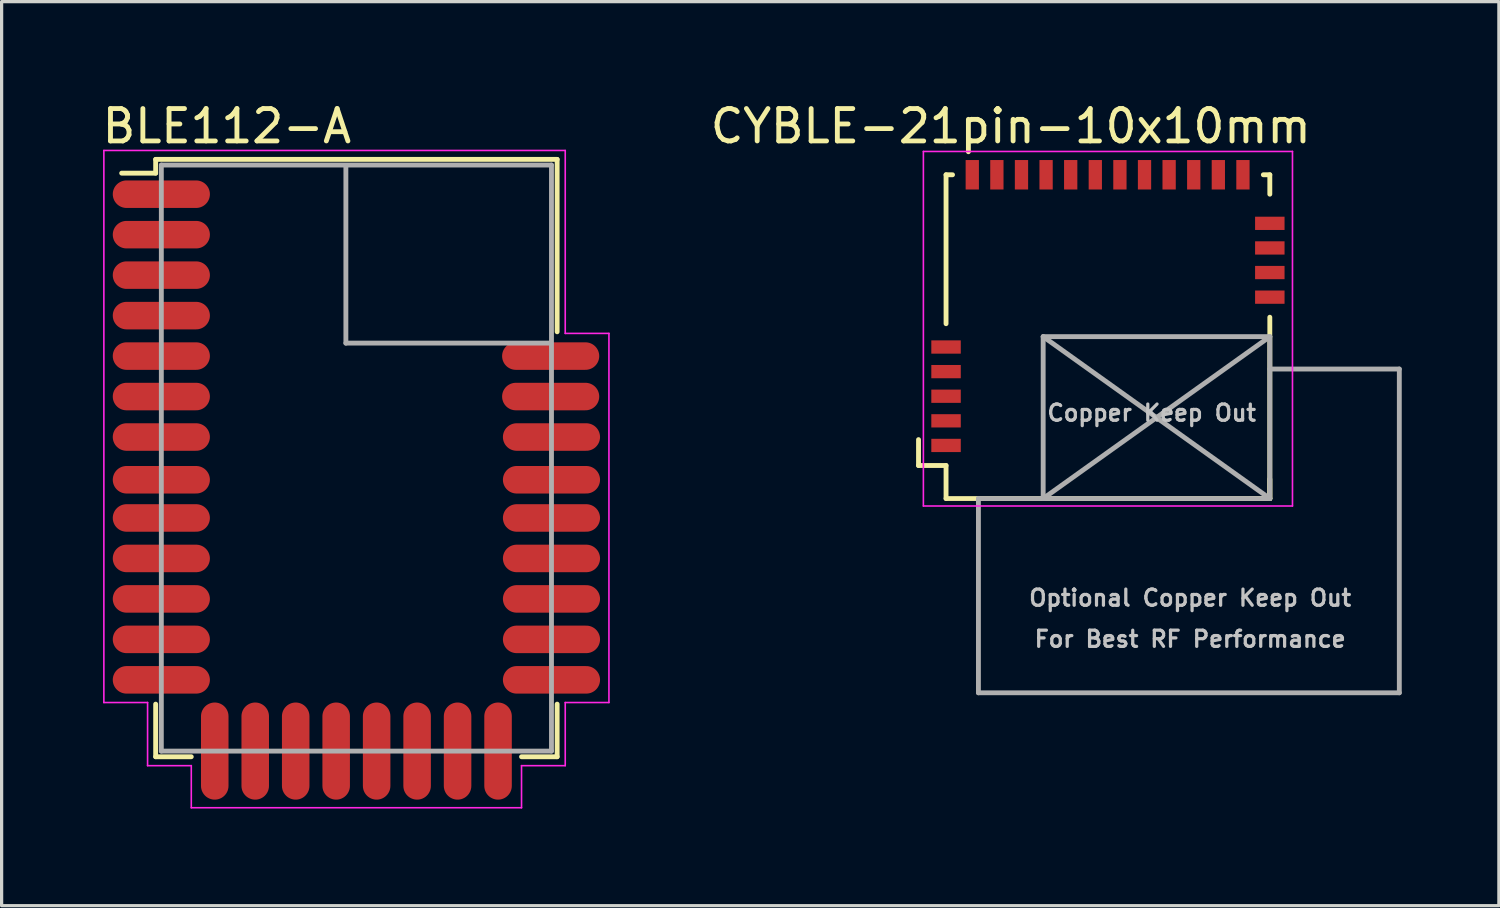
<source format=kicad_pcb>
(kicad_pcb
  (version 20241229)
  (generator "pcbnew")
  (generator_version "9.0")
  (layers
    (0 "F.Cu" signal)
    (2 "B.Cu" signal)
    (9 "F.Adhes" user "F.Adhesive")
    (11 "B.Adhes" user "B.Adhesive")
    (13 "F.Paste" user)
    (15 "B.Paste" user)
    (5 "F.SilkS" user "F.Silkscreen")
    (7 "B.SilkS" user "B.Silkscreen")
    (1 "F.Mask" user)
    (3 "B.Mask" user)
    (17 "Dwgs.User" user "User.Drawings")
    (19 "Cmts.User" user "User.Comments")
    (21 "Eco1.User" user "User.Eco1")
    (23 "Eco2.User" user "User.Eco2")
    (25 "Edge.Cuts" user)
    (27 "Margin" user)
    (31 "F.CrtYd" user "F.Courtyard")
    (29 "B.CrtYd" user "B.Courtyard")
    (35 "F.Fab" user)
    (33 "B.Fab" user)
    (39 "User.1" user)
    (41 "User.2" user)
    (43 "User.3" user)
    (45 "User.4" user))
  (footprint "BLE112-A"
    (layer "F.Cu")
    (at 7.958 11.548)
    (property "Reference" "BLE112-A" (at -4 -10.7 0) (layer "F.SilkS") (effects (font (size 1 1) (thickness 0.15))))
    (attr smd)
    (fp_line (start -6.2 -9.675) (end -6.2 -9.25) (stroke (width 0.15) (type solid)) (layer "F.SilkS"))
    (fp_line (start -6.2 -9.25) (end -7.25 -9.25) (stroke (width 0.15) (type solid)) (layer "F.SilkS"))
    (fp_line (start -6.2 8.775) (end -6.2 7.15) (stroke (width 0.15) (type solid)) (layer "F.SilkS"))
    (fp_line (start -5.1 8.775) (end -6.2 8.775) (stroke (width 0.15) (type solid)) (layer "F.SilkS"))
    (fp_line (start 5.1 8.775) (end 6.2 8.775) (stroke (width 0.15) (type solid)) (layer "F.SilkS"))
    (fp_line (start 6.2 -9.675) (end -6.2 -9.675) (stroke (width 0.15) (type solid)) (layer "F.SilkS"))
    (fp_line (start 6.2 -4.35) (end 6.2 -9.675) (stroke (width 0.15) (type solid)) (layer "F.SilkS"))
    (fp_line (start 6.2 8.775) (end 6.2 7.15) (stroke (width 0.15) (type solid)) (layer "F.SilkS"))
    (fp_line (start -7.8 -9.95) (end -7.8 7.1) (stroke (width 0.05) (type solid)) (layer "F.CrtYd"))
    (fp_line (start -7.8 7.1) (end -6.45 7.1) (stroke (width 0.05) (type solid)) (layer "F.CrtYd"))
    (fp_line (start -6.45 7.1) (end -6.45 9.05) (stroke (width 0.05) (type solid)) (layer "F.CrtYd"))
    (fp_line (start -6.45 9.05) (end -5.1 9.05) (stroke (width 0.05) (type solid)) (layer "F.CrtYd"))
    (fp_line (start -5.1 9.05) (end -5.1 10.35) (stroke (width 0.05) (type solid)) (layer "F.CrtYd"))
    (fp_line (start -5.1 10.35) (end 5.1 10.35) (stroke (width 0.05) (type solid)) (layer "F.CrtYd"))
    (fp_line (start 5.1 9.05) (end 6.45 9.05) (stroke (width 0.05) (type solid)) (layer "F.CrtYd"))
    (fp_line (start 5.1 10.35) (end 5.1 9.05) (stroke (width 0.05) (type solid)) (layer "F.CrtYd"))
    (fp_line (start 6.45 -9.95) (end -7.8 -9.95) (stroke (width 0.05) (type solid)) (layer "F.CrtYd"))
    (fp_line (start 6.45 -4.3) (end 6.45 -9.95) (stroke (width 0.05) (type solid)) (layer "F.CrtYd"))
    (fp_line (start 6.45 7.1) (end 7.8 7.1) (stroke (width 0.05) (type solid)) (layer "F.CrtYd"))
    (fp_line (start 6.45 9.05) (end 6.45 7.1) (stroke (width 0.05) (type solid)) (layer "F.CrtYd"))
    (fp_line (start 7.8 -4.3) (end 6.45 -4.3) (stroke (width 0.05) (type solid)) (layer "F.CrtYd"))
    (fp_line (start 7.8 7.1) (end 7.8 -4.3) (stroke (width 0.05) (type solid)) (layer "F.CrtYd"))
    (fp_line (start -6.025 -9.5) (end -6.025 8.6) (stroke (width 0.15) (type solid)) (layer "F.Fab"))
    (fp_line (start -6.025 8.6) (end 6.025 8.6) (stroke (width 0.15) (type solid)) (layer "F.Fab"))
    (fp_line (start -0.325 -4) (end -0.325 -9.45) (stroke (width 0.15) (type solid)) (layer "F.Fab"))
    (fp_line (start 6 -4) (end -0.325 -4) (stroke (width 0.15) (type solid)) (layer "F.Fab"))
    (fp_line (start 6.025 -9.5) (end -6.025 -9.5) (stroke (width 0.15) (type solid)) (layer "F.Fab"))
    (fp_line (start 6.025 8.6) (end 6.025 -9.5) (stroke (width 0.15) (type solid)) (layer "F.Fab"))
    (pad "1" smd oval (at -6.025 -8.6) (size 3 0.85) (layers "F.Cu" "F.Mask" "F.Paste"))
    (pad "2" smd oval (at -6.025 -7.35) (size 3 0.85) (layers "F.Cu" "F.Mask" "F.Paste"))
    (pad "3" smd oval (at -6.025 -6.1) (size 3 0.85) (layers "F.Cu" "F.Mask" "F.Paste"))
    (pad "4" smd oval (at -6.025 -4.85) (size 3 0.85) (layers "F.Cu" "F.Mask" "F.Paste"))
    (pad "5" smd oval (at -6.025 -3.6) (size 3 0.85) (layers "F.Cu" "F.Mask" "F.Paste"))
    (pad "6" smd oval (at -6.025 -2.35) (size 3 0.85) (layers "F.Cu" "F.Mask" "F.Paste"))
    (pad "7" smd oval (at -6.025 -1.1) (size 3 0.85) (layers "F.Cu" "F.Mask" "F.Paste"))
    (pad "8" smd oval (at -6.025 0.22) (size 3 0.85) (layers "F.Cu" "F.Mask" "F.Paste"))
    (pad "9" smd oval (at -6.025 1.4) (size 3 0.85) (layers "F.Cu" "F.Mask" "F.Paste"))
    (pad "10" smd oval (at -6.025 2.65) (size 3 0.85) (layers "F.Cu" "F.Mask" "F.Paste"))
    (pad "11" smd oval (at -6.025 3.9) (size 3 0.85) (layers "F.Cu" "F.Mask" "F.Paste"))
    (pad "12" smd oval (at -6.025 5.15) (size 3 0.85) (layers "F.Cu" "F.Mask" "F.Paste"))
    (pad "13" smd oval (at -6.025 6.4) (size 3 0.85) (layers "F.Cu" "F.Mask" "F.Paste"))
    (pad "14" smd oval (at -4.375 8.6 90) (size 3 0.85) (layers "F.Cu" "F.Mask" "F.Paste"))
    (pad "15" smd oval (at -3.125 8.6 90) (size 3 0.85) (layers "F.Cu" "F.Mask" "F.Paste"))
    (pad "16" smd oval (at -1.875 8.6 90) (size 3 0.85) (layers "F.Cu" "F.Mask" "F.Paste"))
    (pad "17" smd oval (at -0.625 8.6 90) (size 3 0.85) (layers "F.Cu" "F.Mask" "F.Paste"))
    (pad "18" smd oval (at 0.625 8.6 90) (size 3 0.85) (layers "F.Cu" "F.Mask" "F.Paste"))
    (pad "19" smd oval (at 1.875 8.6 90) (size 3 0.85) (layers "F.Cu" "F.Mask" "F.Paste"))
    (pad "19" smd oval (at 6.025 6.4) (size 3 0.85) (layers "F.Cu" "F.Mask" "F.Paste"))
    (pad "20" smd oval (at 3.125 8.6 90) (size 3 0.85) (layers "F.Cu" "F.Mask" "F.Paste"))
    (pad "20" smd oval (at 6.025 5.15) (size 3 0.85) (layers "F.Cu" "F.Mask" "F.Paste"))
    (pad "21" smd oval (at 4.375 8.6 90) (size 3 0.85) (layers "F.Cu" "F.Mask" "F.Paste"))
    (pad "21" smd oval (at 6.025 3.9) (size 3 0.85) (layers "F.Cu" "F.Mask" "F.Paste"))
    (pad "22" smd oval (at 6.025 2.65) (size 3 0.85) (layers "F.Cu" "F.Mask" "F.Paste"))
    (pad "23" smd oval (at 6.025 1.4) (size 3 0.85) (layers "F.Cu" "F.Mask" "F.Paste"))
    (pad "24" smd oval (at 6.025 0.22) (size 3 0.85) (layers "F.Cu" "F.Mask" "F.Paste"))
    (pad "25" smd oval (at 6.025 -1.1) (size 3 0.85) (layers "F.Cu" "F.Mask" "F.Paste"))
    (pad "26" smd oval (at 6 -2.35) (size 3 0.85) (layers "F.Cu" "F.Mask" "F.Paste"))
    (pad "27" smd oval (at 6 -3.6) (size 3 0.85) (layers "F.Cu" "F.Mask" "F.Paste")))
  (footprint "CYBLE-21pin-10x10mm"
    (layer "F.Cu")
    (at 31.17 6.528)
    (property "Reference" "CYBLE-21pin-10x10mm" (at -3 -5.68 0) (layer "F.SilkS") (effects (font (size 1 1) (thickness 0.15))))
    (attr smd)
    (fp_line (start -5.85 4.8) (end -5.85 4) (stroke (width 0.15) (type solid)) (layer "F.SilkS"))
    (fp_line (start -5 -4.18) (end -5 0.42) (stroke (width 0.15) (type solid)) (layer "F.SilkS"))
    (fp_line (start -5 4.8) (end -5.85 4.8) (stroke (width 0.15) (type solid)) (layer "F.SilkS"))
    (fp_line (start -5 4.8) (end -5 5.82) (stroke (width 0.15) (type solid)) (layer "F.SilkS"))
    (fp_line (start -5 5.82) (end 5 5.82) (stroke (width 0.15) (type solid)) (layer "F.SilkS"))
    (fp_line (start -4.8 -4.18) (end -5 -4.18) (stroke (width 0.15) (type solid)) (layer "F.SilkS"))
    (fp_line (start 5 -4.18) (end 4.8 -4.18) (stroke (width 0.15) (type solid)) (layer "F.SilkS"))
    (fp_line (start 5 -4.18) (end 5 -3.58) (stroke (width 0.15) (type solid)) (layer "F.SilkS"))
    (fp_line (start 5 5.22) (end 5 5.82) (stroke (width 0.15) (type solid)) (layer "F.SilkS"))
    (fp_line (start 5 5.82) (end 4.4 5.82) (stroke (width 0.15) (type solid)) (layer "F.SilkS"))
    (fp_line (start 5 5.82) (end 5 0.22) (stroke (width 0.15) (type solid)) (layer "F.SilkS"))
    (fp_line (start -5.7 -4.9) (end -5.7 6.05) (stroke (width 0.05) (type solid)) (layer "F.CrtYd"))
    (fp_line (start -5.7 6.05) (end 5.7 6.05) (stroke (width 0.05) (type solid)) (layer "F.CrtYd"))
    (fp_line (start 5.7 -4.9) (end -5.7 -4.9) (stroke (width 0.05) (type solid)) (layer "F.CrtYd"))
    (fp_line (start 5.7 6.05) (end 5.7 -4.9) (stroke (width 0.05) (type solid)) (layer "F.CrtYd"))
    (fp_line (start -4 5.82) (end -2 5.82) (stroke (width 0.15) (type solid)) (layer "F.Fab"))
    (fp_line (start -4 11.82) (end -4 5.82) (stroke (width 0.15) (type solid)) (layer "F.Fab"))
    (fp_line (start -2 0.82) (end -2 5.82) (stroke (width 0.15) (type solid)) (layer "F.Fab"))
    (fp_line (start -2 0.82) (end 5 5.82) (stroke (width 0.15) (type solid)) (layer "F.Fab"))
    (fp_line (start -2 5.82) (end 5 5.82) (stroke (width 0.15) (type solid)) (layer "F.Fab"))
    (fp_line (start 5 0.82) (end -2 0.82) (stroke (width 0.15) (type solid)) (layer "F.Fab"))
    (fp_line (start 5 0.82) (end -2 5.82) (stroke (width 0.15) (type solid)) (layer "F.Fab"))
    (fp_line (start 5 1.82) (end 9 1.82) (stroke (width 0.15) (type solid)) (layer "F.Fab"))
    (fp_line (start 5 5.82) (end 5 0.82) (stroke (width 0.15) (type solid)) (layer "F.Fab"))
    (fp_line (start 9 1.82) (end 9 11.82) (stroke (width 0.15) (type solid)) (layer "F.Fab"))
    (fp_line (start 9 11.82) (end -4 11.82) (stroke (width 0.15) (type solid)) (layer "F.Fab"))
    (fp_text user "For Best RF Performance" (at 2.54 10.16 0) (layer "Dwgs.User") (effects (font (size 0.5 0.5) (thickness 0.1))))
    (fp_text user "Copper Keep Out" (at 1.35 3.175 0) (layer "Dwgs.User") (effects (font (size 0.5 0.5) (thickness 0.1))))
    (fp_text user "Optional Copper Keep Out" (at 2.54 8.89 0) (layer "Dwgs.User") (effects (font (size 0.5 0.5) (thickness 0.1))))
    (pad "1" smd rect (at -5 4.18) (size 0.91 0.41) (layers "F.Cu" "F.Mask" "F.Paste"))
    (pad "2" smd rect (at -5 3.42) (size 0.91 0.41) (layers "F.Cu" "F.Mask" "F.Paste"))
    (pad "3" smd rect (at -5 2.66) (size 0.91 0.41) (layers "F.Cu" "F.Mask" "F.Paste"))
    (pad "4" smd rect (at -5 1.9) (size 0.91 0.41) (layers "F.Cu" "F.Mask" "F.Paste"))
    (pad "5" smd rect (at -5 1.14) (size 0.91 0.41) (layers "F.Cu" "F.Mask" "F.Paste"))
    (pad "6" smd rect (at -4.19 -4.18) (size 0.41 0.91) (layers "F.Cu" "F.Mask" "F.Paste"))
    (pad "7" smd rect (at -3.43 -4.18) (size 0.41 0.91) (layers "F.Cu" "F.Mask" "F.Paste"))
    (pad "8" smd rect (at -2.67 -4.18) (size 0.41 0.91) (layers "F.Cu" "F.Mask" "F.Paste"))
    (pad "9" smd rect (at -1.91 -4.18) (size 0.41 0.91) (layers "F.Cu" "F.Mask" "F.Paste"))
    (pad "10" smd rect (at -1.15 -4.18) (size 0.41 0.91) (layers "F.Cu" "F.Mask" "F.Paste"))
    (pad "11" smd rect (at -0.39 -4.18) (size 0.41 0.91) (layers "F.Cu" "F.Mask" "F.Paste"))
    (pad "12" smd rect (at 0.37 -4.18) (size 0.41 0.91) (layers "F.Cu" "F.Mask" "F.Paste"))
    (pad "13" smd rect (at 1.13 -4.18) (size 0.41 0.91) (layers "F.Cu" "F.Mask" "F.Paste"))
    (pad "14" smd rect (at 1.89 -4.18) (size 0.41 0.91) (layers "F.Cu" "F.Mask" "F.Paste"))
    (pad "15" smd rect (at 2.65 -4.18) (size 0.41 0.91) (layers "F.Cu" "F.Mask" "F.Paste"))
    (pad "16" smd rect (at 3.41 -4.18) (size 0.41 0.91) (layers "F.Cu" "F.Mask" "F.Paste"))
    (pad "17" smd rect (at 4.17 -4.18) (size 0.41 0.91) (layers "F.Cu" "F.Mask" "F.Paste"))
    (pad "18" smd rect (at 5 -2.68) (size 0.91 0.41) (layers "F.Cu" "F.Mask" "F.Paste"))
    (pad "19" smd rect (at 5 -1.92) (size 0.91 0.41) (layers "F.Cu" "F.Mask" "F.Paste"))
    (pad "20" smd rect (at 5 -1.16) (size 0.91 0.41) (layers "F.Cu" "F.Mask" "F.Paste"))
    (pad "21" smd rect (at 5 -0.4) (size 0.91 0.41) (layers "F.Cu" "F.Mask" "F.Paste")))
  (gr_rect
    (start -3 -3)
    (end 43.245 24.923)
    (stroke (width 0.1) (type default))
    (fill no)
    (layer "Edge.Cuts")))
</source>
